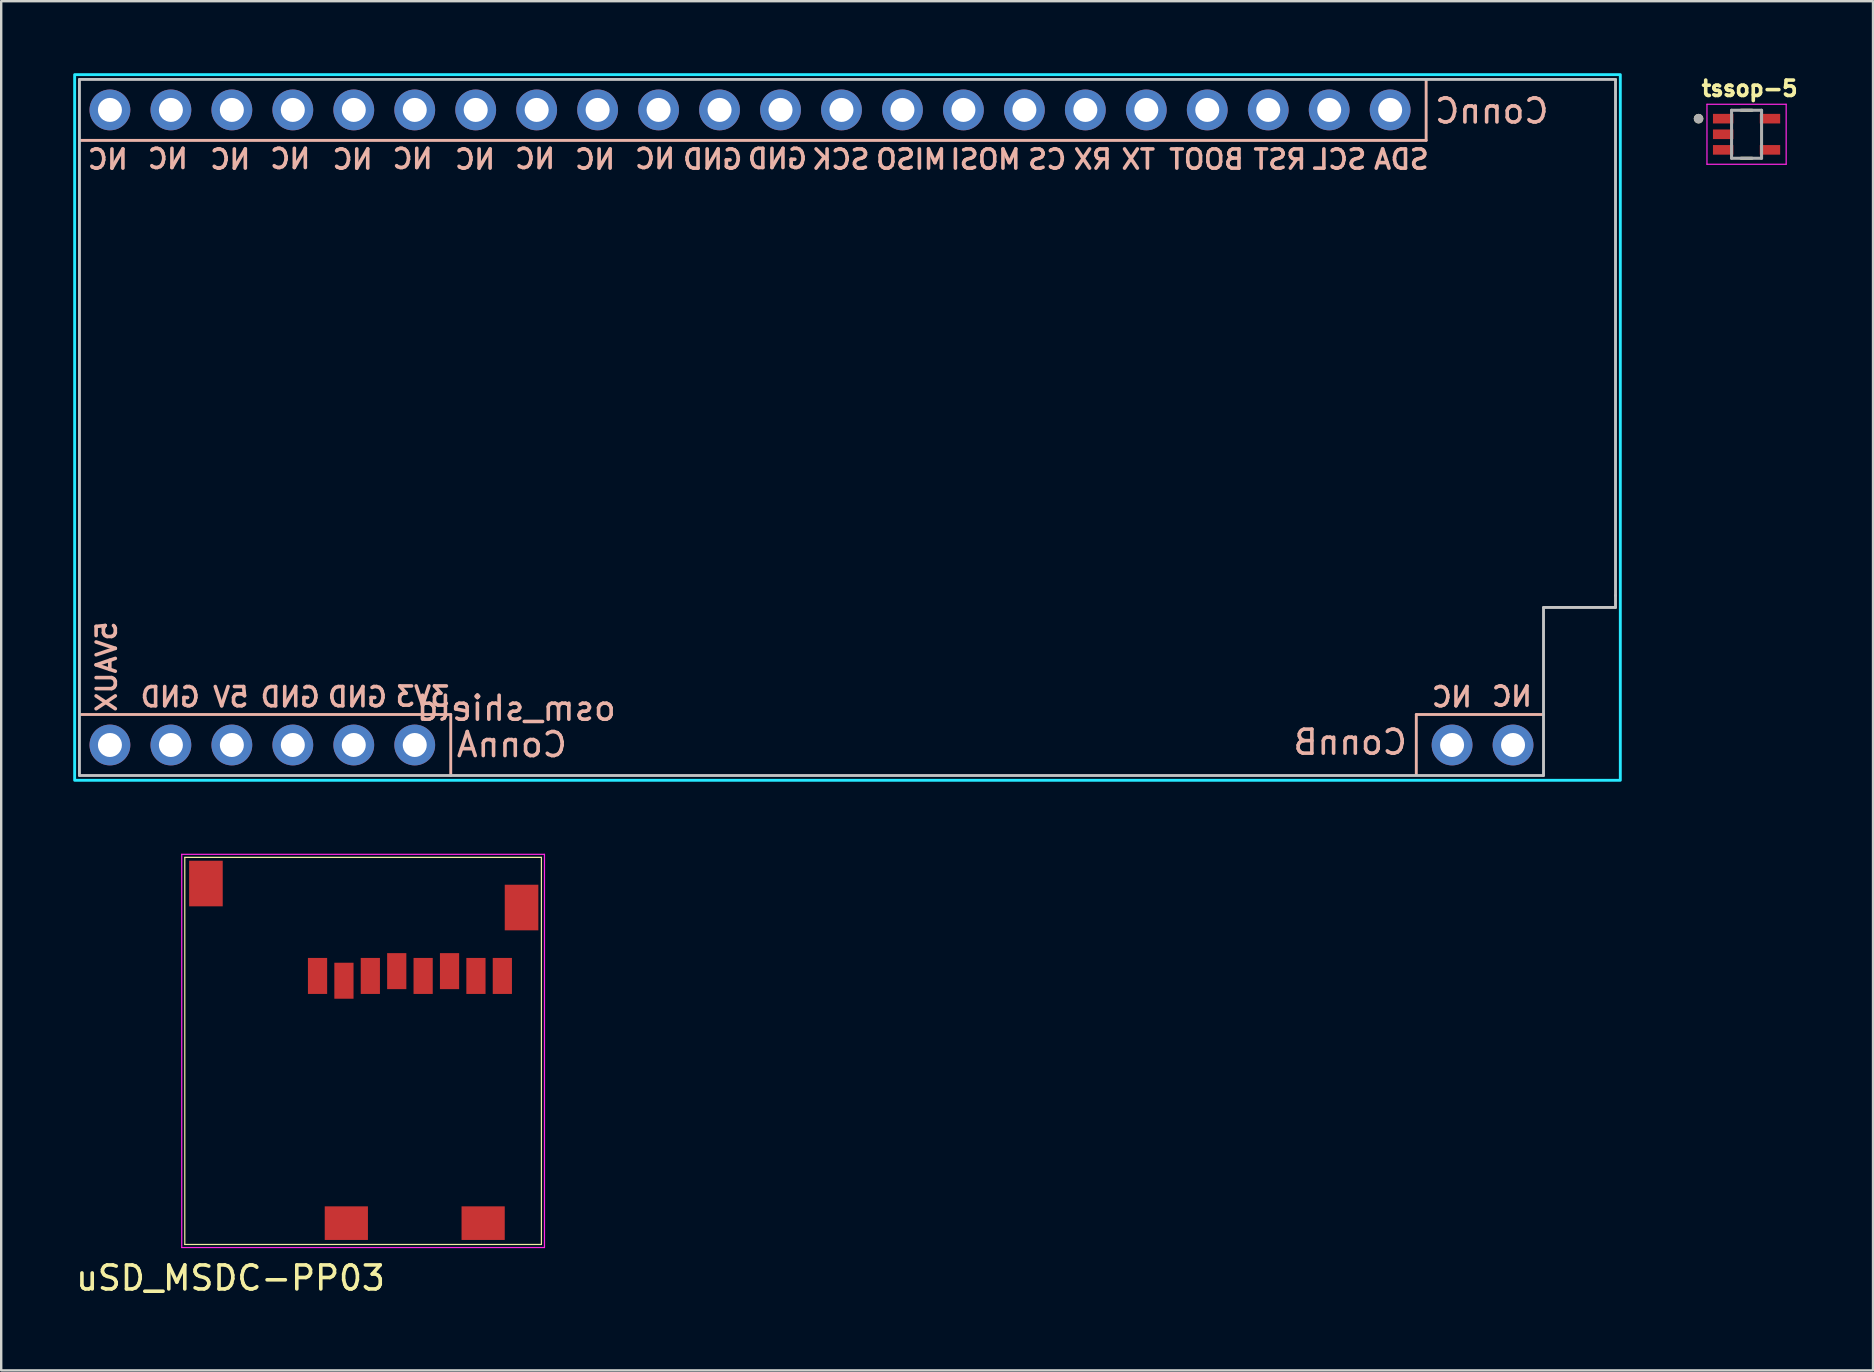
<source format=kicad_pcb>
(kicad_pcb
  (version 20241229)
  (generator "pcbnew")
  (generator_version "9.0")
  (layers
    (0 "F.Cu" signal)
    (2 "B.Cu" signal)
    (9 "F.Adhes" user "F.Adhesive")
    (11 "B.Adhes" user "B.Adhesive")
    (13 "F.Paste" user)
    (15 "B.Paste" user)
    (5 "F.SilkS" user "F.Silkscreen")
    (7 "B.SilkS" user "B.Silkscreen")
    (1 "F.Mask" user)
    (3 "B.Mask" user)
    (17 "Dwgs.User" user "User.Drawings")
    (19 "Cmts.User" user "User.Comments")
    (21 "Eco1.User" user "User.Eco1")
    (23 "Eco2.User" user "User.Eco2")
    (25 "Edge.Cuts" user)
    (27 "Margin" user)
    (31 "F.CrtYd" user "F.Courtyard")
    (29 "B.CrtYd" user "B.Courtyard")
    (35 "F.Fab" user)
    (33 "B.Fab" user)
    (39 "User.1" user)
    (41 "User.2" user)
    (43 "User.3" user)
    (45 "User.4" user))
  (footprint "tssop-5"
    (layer "F.Cu")
    (at 69.72 2.544)
    (property "Reference" "tssop-5" (at 0.127 -1.906 0) (layer "F.SilkS") (effects (font (size 0.64 0.64) (thickness 0.15))))
    (attr smd)
    (fp_line (start -0.23 -1) (end 0.23 -1) (stroke (width 0.127) (type solid)) (layer "F.SilkS"))
    (fp_line (start 0.23 1) (end -0.23 1) (stroke (width 0.127) (type solid)) (layer "F.SilkS"))
    (fp_circle (center -2 -0.65) (end -1.9 -0.65) (stroke (width 0.2) (type solid)) (fill no) (layer "F.SilkS"))
    (fp_line (start -1.65 -1.25) (end 1.65 -1.25) (stroke (width 0.05) (type solid)) (layer "F.CrtYd"))
    (fp_line (start -1.65 1.25) (end -1.65 -1.25) (stroke (width 0.05) (type solid)) (layer "F.CrtYd"))
    (fp_line (start 1.65 -1.25) (end 1.65 1.25) (stroke (width 0.05) (type solid)) (layer "F.CrtYd"))
    (fp_line (start 1.65 1.25) (end -1.65 1.25) (stroke (width 0.05) (type solid)) (layer "F.CrtYd"))
    (fp_line (start -0.625 -1) (end 0.625 -1) (stroke (width 0.127) (type solid)) (layer "F.Fab"))
    (fp_line (start -0.625 1) (end -0.625 -1) (stroke (width 0.127) (type solid)) (layer "F.Fab"))
    (fp_line (start 0.625 -1) (end 0.625 1) (stroke (width 0.127) (type solid)) (layer "F.Fab"))
    (fp_line (start 0.625 1) (end -0.625 1) (stroke (width 0.127) (type solid)) (layer "F.Fab"))
    (fp_circle (center -2 -0.65) (end -1.9 -0.65) (stroke (width 0.2) (type solid)) (fill no) (layer "F.Fab"))
    (pad "1" smd rect (at -0.975 -0.65) (size 0.85 0.4) (layers "F.Cu"))
    (pad "2" smd rect (at -0.975 0) (size 0.85 0.4) (layers "F.Cu"))
    (pad "3" smd rect (at -0.975 0.65) (size 0.85 0.4) (layers "F.Cu"))
    (pad "4" smd rect (at 0.975 0.65) (size 0.85 0.4) (layers "F.Cu"))
    (pad "5" smd rect (at 0.975 -0.65) (size 0.85 0.4) (layers "F.Cu")))
  (footprint "osm_shield"
    (layer "F.Cu")
    (at 32.26 14.76)
    (property "Reference" "osm_shield" (at -13.8 11.7 0) (unlocked yes) (layer "B.SilkS") (effects (font (size 1 1) (thickness 0.15)) (justify mirror)))
    (attr through_hole)
    (fp_line (start -32 11.96) (end -16.53 11.96) (stroke (width 0.12) (type default)) (layer "B.SilkS"))
    (fp_line (start -16.53 11.96) (end -16.53 14.5) (stroke (width 0.12) (type default)) (layer "B.SilkS"))
    (fp_line (start 23.7 11.96) (end 23.7 14.46) (stroke (width 0.12) (type default)) (layer "B.SilkS"))
    (fp_line (start 23.7 11.96) (end 29 11.96) (stroke (width 0.12) (type default)) (layer "B.SilkS"))
    (fp_line (start 24.11 -14.5) (end 24.11 -11.96) (stroke (width 0.12) (type default)) (layer "B.SilkS"))
    (fp_line (start 24.11 -11.96) (end -32 -11.96) (stroke (width 0.12) (type default)) (layer "B.SilkS"))
    (fp_line (start -32 -14.5) (end -32 14.5) (stroke (width 0.12) (type default)) (layer "Dwgs.User"))
    (fp_line (start -32 -14.5) (end 32 -14.5) (stroke (width 0.12) (type default)) (layer "Dwgs.User"))
    (fp_line (start -32 14.5) (end 29 14.5) (stroke (width 0.12) (type default)) (layer "Dwgs.User"))
    (fp_line (start 29 7.5) (end 32 7.5) (stroke (width 0.12) (type default)) (layer "Dwgs.User"))
    (fp_line (start 29 14.5) (end 29 7.5) (stroke (width 0.12) (type default)) (layer "Dwgs.User"))
    (fp_line (start 32 -14.5) (end 32 7) (stroke (width 0.12) (type default)) (layer "Dwgs.User"))
    (fp_line (start 32 7.5) (end 32 7) (stroke (width 0.12) (type default)) (layer "Dwgs.User"))
    (fp_rect (start -32.2 -14.7) (end 32.2 14.7) (stroke (width 0.12) (type default)) (fill no) (layer "B.CrtYd"))
    (fp_text user "TX" (at 12.9 -10.7 0) (unlocked yes) (layer "B.SilkS") (effects (font (size 0.8 0.8) (thickness 0.15)) (justify left bottom mirror)))
    (fp_text user "SDA" (at 24.3 -10.7 0) (unlocked yes) (layer "B.SilkS") (effects (font (size 0.8 0.8) (thickness 0.15)) (justify left bottom mirror)))
    (fp_text user "ConnB" (at 23.4 13.7 0) (unlocked yes) (layer "B.SilkS") (effects (font (size 1 1) (thickness 0.15)) (justify left bottom mirror)))
    (fp_text user "3V3" (at -16.5 11.675 0) (unlocked yes) (layer "B.SilkS") (effects (font (size 0.8 0.8) (thickness 0.15)) (justify left bottom mirror)))
    (fp_text user "SCL" (at 21.7 -10.7 0) (unlocked yes) (layer "B.SilkS") (effects (font (size 0.8 0.8) (thickness 0.15)) (justify left bottom mirror)))
    (fp_text user "SCK" (at 1 -10.7 0) (unlocked yes) (layer "B.SilkS") (effects (font (size 0.8 0.8) (thickness 0.15)) (justify left bottom mirror)))
    (fp_text user "ConnA" (at -11.6 13.8 0) (unlocked yes) (layer "B.SilkS") (effects (font (size 1 1) (thickness 0.15)) (justify left bottom mirror)))
    (fp_text user "5V" (at -24.871 11.7 0) (unlocked yes) (layer "B.SilkS") (effects (font (size 0.8 0.8) (thickness 0.15)) (justify left bottom mirror)))
    (fp_text user "GND" (at -21.9 11.7 0) (unlocked yes) (layer "B.SilkS") (effects (font (size 0.8 0.8) (thickness 0.15)) (justify left bottom mirror)))
    (fp_text user "NC" (at -29.9 -10.7 0) (unlocked yes) (layer "B.SilkS") (effects (font (size 0.8 0.8) (thickness 0.15)) (justify left bottom mirror)))
    (fp_text user "CS" (at 9.2 -10.7 0) (unlocked yes) (layer "B.SilkS") (effects (font (size 0.8 0.8) (thickness 0.15)) (justify left bottom mirror)))
    (fp_text user "NC" (at -12.1 -10.725 0) (unlocked yes) (layer "B.SilkS") (effects (font (size 0.8 0.8) (thickness 0.15)) (justify left bottom mirror)))
    (fp_text user "NC" (at -27.4 -10.725 0) (unlocked yes) (layer "B.SilkS") (effects (font (size 0.8 0.8) (thickness 0.15)) (justify left bottom mirror)))
    (fp_text user "NC" (at -22.3 -10.725 0) (unlocked yes) (layer "B.SilkS") (effects (font (size 0.8 0.8) (thickness 0.15)) (justify left bottom mirror)))
    (fp_text user "NC" (at -24.8 -10.7 0) (unlocked yes) (layer "B.SilkS") (effects (font (size 0.8 0.8) (thickness 0.15)) (justify left bottom mirror)))
    (fp_text user "NC" (at 26.1 11.7 0) (unlocked yes) (layer "B.SilkS") (effects (font (size 0.8 0.8) (thickness 0.15)) (justify left bottom mirror)))
    (fp_text user "NC" (at -7.1 -10.725 0) (unlocked yes) (layer "B.SilkS") (effects (font (size 0.8 0.8) (thickness 0.15)) (justify left bottom mirror)))
    (fp_text user "GND" (at -19.1 11.7 0) (unlocked yes) (layer "B.SilkS") (effects (font (size 0.8 0.8) (thickness 0.15)) (justify left bottom mirror)))
    (fp_text user "MISO" (at 4.2 -10.7 0) (unlocked yes) (layer "B.SilkS") (effects (font (size 0.8 0.8) (thickness 0.15)) (justify left bottom mirror)))
    (fp_text user "ConnC" (at 29.3 -12.6 0) (unlocked yes) (layer "B.SilkS") (effects (font (size 1 1) (thickness 0.15)) (justify left bottom mirror)))
    (fp_text user "NC" (at -17.2 -10.725 0) (unlocked yes) (layer "B.SilkS") (effects (font (size 0.8 0.8) (thickness 0.15)) (justify left bottom mirror)))
    (fp_text user "GND" (at -26.9 11.7 0) (unlocked yes) (layer "B.SilkS") (effects (font (size 0.8 0.8) (thickness 0.15)) (justify left bottom mirror)))
    (fp_text user "GND" (at -1.6 -10.725 0) (unlocked yes) (layer "B.SilkS") (effects (font (size 0.8 0.8) (thickness 0.15)) (justify left bottom mirror)))
    (fp_text user "NC" (at -14.6 -10.7 0) (unlocked yes) (layer "B.SilkS") (effects (font (size 0.8 0.8) (thickness 0.15)) (justify left bottom mirror)))
    (fp_text user "NC" (at -19.7 -10.7 0) (unlocked yes) (layer "B.SilkS") (effects (font (size 0.8 0.8) (thickness 0.15)) (justify left bottom mirror)))
    (fp_text user "NC" (at 28.6 11.675 0) (unlocked yes) (layer "B.SilkS") (effects (font (size 0.8 0.8) (thickness 0.15)) (justify left bottom mirror)))
    (fp_text user "BOOT" (at 16.6 -10.7 0) (unlocked yes) (layer "B.SilkS") (effects (font (size 0.8 0.8) (thickness 0.15)) (justify left bottom mirror)))
    (fp_text user "RST" (at 19.2 -10.7 0) (unlocked yes) (layer "B.SilkS") (effects (font (size 0.8 0.8) (thickness 0.15)) (justify left bottom mirror)))
    (fp_text user "5VAUX" (at -30.4 8 90) (unlocked yes) (layer "B.SilkS") (effects (font (size 0.8 0.8) (thickness 0.15)) (justify left bottom mirror)))
    (fp_text user "NC" (at -9.6 -10.7 0) (unlocked yes) (layer "B.SilkS") (effects (font (size 0.8 0.8) (thickness 0.15)) (justify left bottom mirror)))
    (fp_text user "GND" (at -4.3 -10.7 0) (unlocked yes) (layer "B.SilkS") (effects (font (size 0.8 0.8) (thickness 0.15)) (justify left bottom mirror)))
    (fp_text user "MOSI" (at 7.3 -10.7 0) (unlocked yes) (layer "B.SilkS") (effects (font (size 0.8 0.8) (thickness 0.15)) (justify left bottom mirror)))
    (fp_text user "RX" (at 11.1 -10.7 0) (unlocked yes) (layer "B.SilkS") (effects (font (size 0.8 0.8) (thickness 0.15)) (justify left bottom mirror)))
    (pad "1" thru_hole circle (at -30.73 13.23 90) (size 1.7 1.7) (drill 1) (layers "*.Cu" "*.Mask"))
    (pad "2" thru_hole oval (at -28.19 13.23 90) (size 1.7 1.7) (drill 1) (layers "*.Cu" "*.Mask"))
    (pad "3" thru_hole oval (at -25.65 13.23 90) (size 1.7 1.7) (drill 1) (layers "*.Cu" "*.Mask"))
    (pad "4" thru_hole oval (at -23.11 13.23 90) (size 1.7 1.7) (drill 1) (layers "*.Cu" "*.Mask"))
    (pad "5" thru_hole oval (at -20.57 13.23 90) (size 1.7 1.7) (drill 1) (layers "*.Cu" "*.Mask"))
    (pad "6" thru_hole oval (at -18.03 13.23 90) (size 1.7 1.7) (drill 1) (layers "*.Cu" "*.Mask"))
    (pad "7" thru_hole circle (at 25.19 13.23 90) (size 1.7 1.7) (drill 1) (layers "*.Cu" "*.Mask"))
    (pad "8" thru_hole oval (at 27.73 13.23 90) (size 1.7 1.7) (drill 1) (layers "*.Cu" "*.Mask"))
    (pad "9" thru_hole oval (at 22.61 -13.23 90) (size 1.7 1.7) (drill 1) (layers "*.Cu" "*.Mask"))
    (pad "10" thru_hole oval (at 20.07 -13.23 90) (size 1.7 1.7) (drill 1) (layers "*.Cu" "*.Mask"))
    (pad "11" thru_hole oval (at 17.53 -13.23 90) (size 1.7 1.7) (drill 1) (layers "*.Cu" "*.Mask"))
    (pad "12" thru_hole oval (at 14.99 -13.23 90) (size 1.7 1.7) (drill 1) (layers "*.Cu" "*.Mask"))
    (pad "13" thru_hole oval (at 12.45 -13.23 90) (size 1.7 1.7) (drill 1) (layers "*.Cu" "*.Mask"))
    (pad "14" thru_hole oval (at 9.91 -13.23 90) (size 1.7 1.7) (drill 1) (layers "*.Cu" "*.Mask"))
    (pad "15" thru_hole oval (at 7.37 -13.23 90) (size 1.7 1.7) (drill 1) (layers "*.Cu" "*.Mask"))
    (pad "16" thru_hole oval (at 4.83 -13.23 90) (size 1.7 1.7) (drill 1) (layers "*.Cu" "*.Mask"))
    (pad "17" thru_hole oval (at 2.29 -13.23 90) (size 1.7 1.7) (drill 1) (layers "*.Cu" "*.Mask"))
    (pad "18" thru_hole oval (at -0.25 -13.23 90) (size 1.7 1.7) (drill 1) (layers "*.Cu" "*.Mask"))
    (pad "19" thru_hole oval (at -2.79 -13.23 90) (size 1.7 1.7) (drill 1) (layers "*.Cu" "*.Mask"))
    (pad "20" thru_hole oval (at -5.33 -13.23 90) (size 1.7 1.7) (drill 1) (layers "*.Cu" "*.Mask"))
    (pad "21" thru_hole oval (at -7.87 -13.23 90) (size 1.7 1.7) (drill 1) (layers "*.Cu" "*.Mask"))
    (pad "22" thru_hole oval (at -10.41 -13.23 90) (size 1.7 1.7) (drill 1) (layers "*.Cu" "*.Mask"))
    (pad "23" thru_hole oval (at -12.95 -13.23 90) (size 1.7 1.7) (drill 1) (layers "*.Cu" "*.Mask"))
    (pad "24" thru_hole oval (at -15.49 -13.23 90) (size 1.7 1.7) (drill 1) (layers "*.Cu" "*.Mask"))
    (pad "25" thru_hole oval (at -18.03 -13.23 90) (size 1.7 1.7) (drill 1) (layers "*.Cu" "*.Mask"))
    (pad "26" thru_hole oval (at -20.57 -13.23 90) (size 1.7 1.7) (drill 1) (layers "*.Cu" "*.Mask"))
    (pad "27" thru_hole oval (at -23.11 -13.23 90) (size 1.7 1.7) (drill 1) (layers "*.Cu" "*.Mask"))
    (pad "28" thru_hole oval (at -25.65 -13.23 90) (size 1.7 1.7) (drill 1) (layers "*.Cu" "*.Mask"))
    (pad "29" thru_hole oval (at -28.19 -13.23 90) (size 1.7 1.7) (drill 1) (layers "*.Cu" "*.Mask"))
    (pad "30" thru_hole circle (at -30.73 -13.23 90) (size 1.7 1.7) (drill 1) (layers "*.Cu" "*.Mask")))
  (footprint "uSD_MSDC-PP03"
    (layer "F.Cu")
    (at 11.38 47.912)
    (property "Reference" "uSD_MSDC-PP03" (at -4.826 2.286 0) (layer "F.SilkS") (effects (font (size 1 1) (thickness 0.15))))
    (attr through_hole)
    (fp_line (start -6.731 -15.24) (end 8.128 -15.24) (stroke (width 0.05) (type solid)) (layer "F.SilkS"))
    (fp_line (start -6.731 0.889) (end -6.731 -15.24) (stroke (width 0.05) (type solid)) (layer "F.SilkS"))
    (fp_line (start 8.128 -15.24) (end 8.128 0.889) (stroke (width 0.05) (type solid)) (layer "F.SilkS"))
    (fp_line (start 8.128 0.889) (end -6.731 0.889) (stroke (width 0.05) (type solid)) (layer "F.SilkS"))
    (fp_line (start -6.858 -15.367) (end -6.858 1.016) (stroke (width 0.05) (type solid)) (layer "F.CrtYd"))
    (fp_line (start -6.858 1.016) (end 8.255 1.016) (stroke (width 0.05) (type solid)) (layer "F.CrtYd"))
    (fp_line (start 8.255 -15.367) (end -6.858 -15.367) (stroke (width 0.05) (type solid)) (layer "F.CrtYd"))
    (fp_line (start 8.255 1.016) (end 8.255 -15.367) (stroke (width 0.05) (type solid)) (layer "F.CrtYd"))
    (pad "1" smd rect (at -1.2 -10.3) (size 0.8 1.5) (layers "F.Cu" "F.Mask" "F.Paste"))
    (pad "2" smd rect (at -0.1 -10.1) (size 0.8 1.5) (layers "F.Cu" "F.Mask" "F.Paste"))
    (pad "3" smd rect (at 1 -10.3) (size 0.8 1.5) (layers "F.Cu" "F.Mask" "F.Paste"))
    (pad "4" smd rect (at 2.1 -10.5) (size 0.8 1.5) (layers "F.Cu" "F.Mask" "F.Paste"))
    (pad "5" smd rect (at 3.2 -10.3) (size 0.8 1.5) (layers "F.Cu" "F.Mask" "F.Paste"))
    (pad "6" smd rect (at 4.3 -10.5) (size 0.8 1.5) (layers "F.Cu" "F.Mask" "F.Paste"))
    (pad "7" smd rect (at 5.4 -10.3) (size 0.8 1.5) (layers "F.Cu" "F.Mask" "F.Paste"))
    (pad "8" smd rect (at 6.5 -10.3) (size 0.8 1.5) (layers "F.Cu" "F.Mask" "F.Paste"))
    (pad "9" smd rect (at -5.85 -14.15) (size 1.4 1.9) (layers "F.Cu" "F.Mask" "F.Paste"))
    (pad "9" smd rect (at 7.3 -13.15) (size 1.4 1.9) (layers "F.Cu" "F.Mask" "F.Paste"))
    (pad "10" smd rect (at 5.7 0) (size 1.8 1.4) (layers "F.Cu" "F.Mask" "F.Paste"))
    (pad "11" smd rect (at 0 0) (size 1.8 1.4) (layers "F.Cu" "F.Mask" "F.Paste")))
  (gr_rect
    (start -3 -3)
    (end 74.989 54.046)
    (stroke (width 0.1) (type default))
    (fill no)
    (layer "Edge.Cuts")))
</source>
